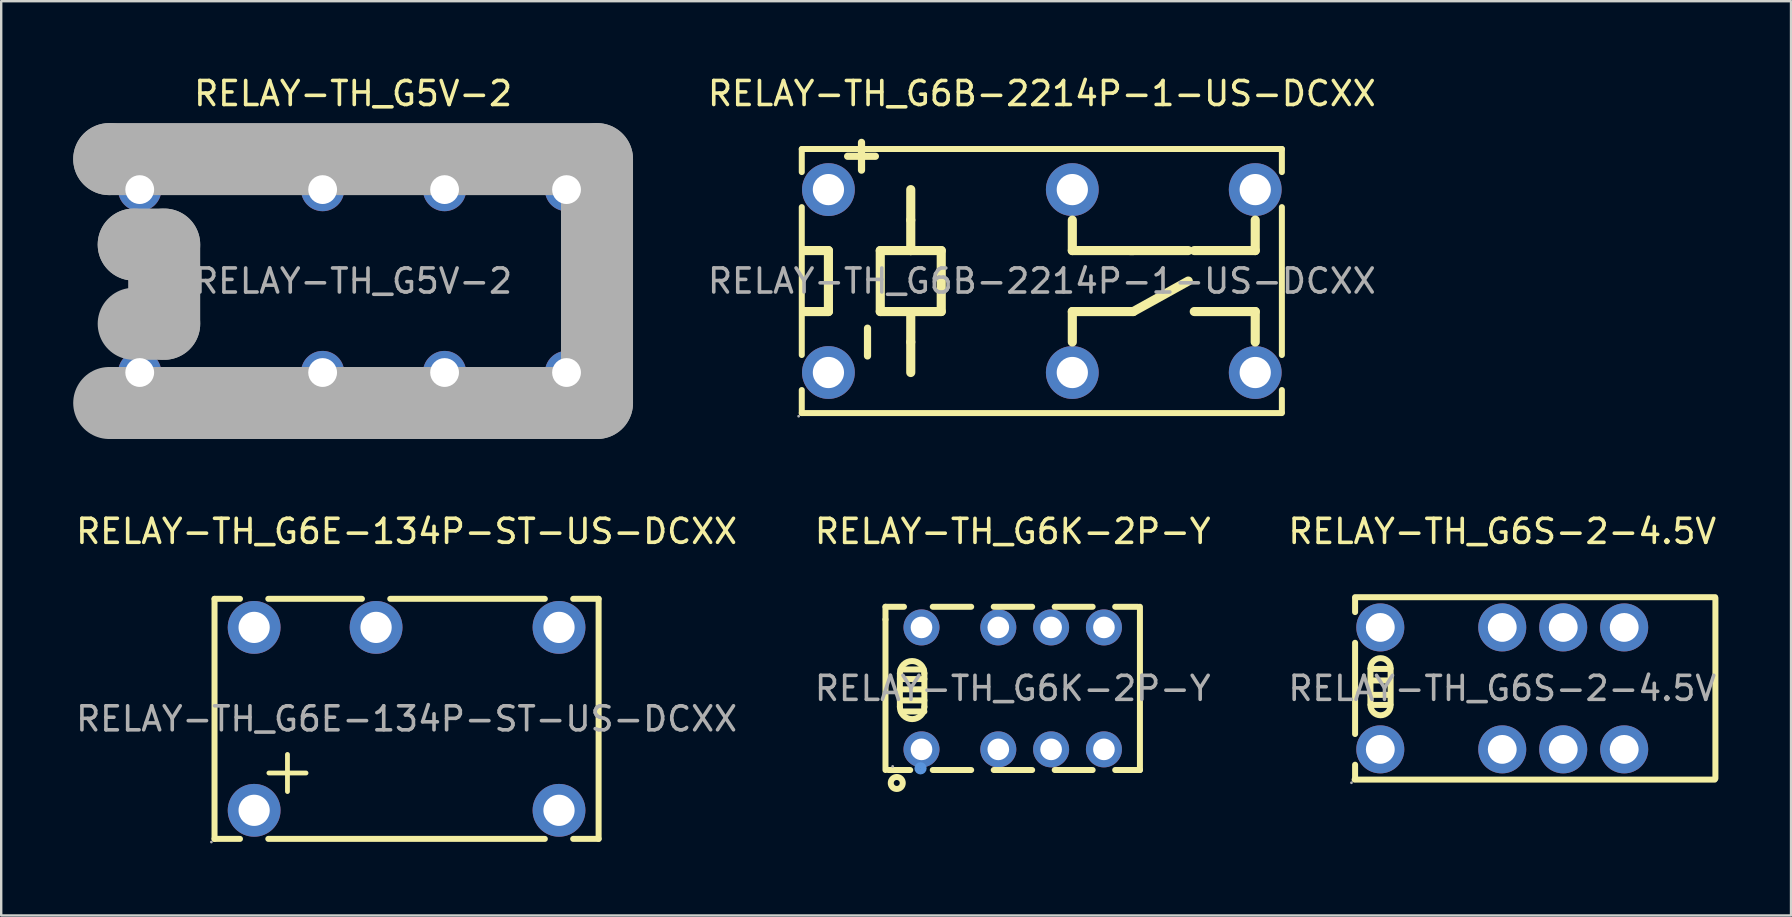
<source format=kicad_pcb>
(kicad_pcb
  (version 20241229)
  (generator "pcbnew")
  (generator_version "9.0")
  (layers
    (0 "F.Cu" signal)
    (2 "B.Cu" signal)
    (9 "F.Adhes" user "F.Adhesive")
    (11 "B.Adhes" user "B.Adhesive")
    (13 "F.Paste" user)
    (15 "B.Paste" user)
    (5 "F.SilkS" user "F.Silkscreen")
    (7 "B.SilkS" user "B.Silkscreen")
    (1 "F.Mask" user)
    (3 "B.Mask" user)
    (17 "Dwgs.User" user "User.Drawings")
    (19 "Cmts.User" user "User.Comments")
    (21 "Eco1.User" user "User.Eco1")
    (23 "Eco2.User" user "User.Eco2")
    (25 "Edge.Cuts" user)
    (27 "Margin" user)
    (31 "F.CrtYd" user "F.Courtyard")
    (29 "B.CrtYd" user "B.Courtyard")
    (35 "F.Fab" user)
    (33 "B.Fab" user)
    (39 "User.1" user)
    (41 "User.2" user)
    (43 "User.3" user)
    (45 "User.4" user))
  (footprint "RELAY-TH_G6K-2P-Y"
    (layer "F.Cu")
    (at 39.137 25.627)
    (property "Reference" "RELAY-TH_G6K-2P-Y" (at 0 -6.54 0) (layer "F.SilkS") (effects (font (size 1 1) (thickness 0.15))))
    (attr through_hole)
    (fp_line (start -5.3 -3.4) (end -5.3 -2.87) (stroke (width 0.25) (type solid)) (layer "F.SilkS"))
    (fp_line (start -5.3 -3.4) (end -4.53 -3.4) (stroke (width 0.25) (type solid)) (layer "F.SilkS"))
    (fp_line (start -5.3 -2.87) (end -5.3 3.4) (stroke (width 0.25) (type solid)) (layer "F.SilkS"))
    (fp_line (start -5.18 3.4) (end -4.27 3.4) (stroke (width 0.25) (type solid)) (layer "F.SilkS"))
    (fp_line (start -4.7 -0.63) (end -4.7 0.77) (stroke (width 0.25) (type solid)) (layer "F.SilkS"))
    (fp_line (start -4.7 -0.39) (end -3.68 -0.39) (stroke (width 0.25) (type solid)) (layer "F.SilkS"))
    (fp_line (start -4.7 0.04) (end -3.68 0.04) (stroke (width 0.25) (type solid)) (layer "F.SilkS"))
    (fp_line (start -4.7 0.5) (end -3.68 0.5) (stroke (width 0.25) (type solid)) (layer "F.SilkS"))
    (fp_line (start -4.67 -0.79) (end -3.71 -0.79) (stroke (width 0.25) (type solid)) (layer "F.SilkS"))
    (fp_line (start -4.66 0.96) (end -3.68 0.96) (stroke (width 0.25) (type solid)) (layer "F.SilkS"))
    (fp_line (start -3.68 -0.63) (end -3.68 0.77) (stroke (width 0.25) (type solid)) (layer "F.SilkS"))
    (fp_line (start -3.33 -3.4) (end -1.73 -3.4) (stroke (width 0.25) (type solid)) (layer "F.SilkS"))
    (fp_line (start -3.33 3.4) (end -1.73 3.4) (stroke (width 0.25) (type solid)) (layer "F.SilkS"))
    (fp_line (start -0.79 -3.4) (end 0.81 -3.4) (stroke (width 0.25) (type solid)) (layer "F.SilkS"))
    (fp_line (start -0.79 3.4) (end 0.81 3.4) (stroke (width 0.25) (type solid)) (layer "F.SilkS"))
    (fp_line (start 1.75 -3.4) (end 3.33 -3.4) (stroke (width 0.25) (type solid)) (layer "F.SilkS"))
    (fp_line (start 1.75 3.4) (end 3.33 3.4) (stroke (width 0.25) (type solid)) (layer "F.SilkS"))
    (fp_line (start 4.27 -3.4) (end 5.21 -3.4) (stroke (width 0.25) (type solid)) (layer "F.SilkS"))
    (fp_line (start 4.27 3.4) (end 5.3 3.4) (stroke (width 0.25) (type solid)) (layer "F.SilkS"))
    (fp_line (start 5.3 -3.4) (end 5.3 3.4) (stroke (width 0.25) (type solid)) (layer "F.SilkS"))
    (fp_arc (start -4.7 -0.63) (mid -4.19 -1.14) (end -3.68 -0.63) (stroke (width 0.25) (type solid)) (layer "F.SilkS"))
    (fp_arc (start -3.68 0.77) (mid -4.19 1.28) (end -4.7 0.77) (stroke (width 0.25) (type solid)) (layer "F.SilkS"))
    (fp_circle (center -4.83 3.94) (end -4.58 3.94) (stroke (width 0.25) (type solid)) (fill no) (layer "F.SilkS"))
    (fp_circle (center -3.84 3.33) (end -3.71 3.33) (stroke (width 0.25) (type solid)) (fill no) (layer "Cmts.User"))
    (fp_circle (center -5 3.25) (end -4.97 3.25) (stroke (width 0.06) (type solid)) (fill no) (layer "F.Fab"))
    (fp_circle (center -3.8 -2.54) (end -3.68 -2.54) (stroke (width 0.25) (type solid)) (fill no) (layer "F.Fab"))
    (fp_circle (center -3.8 2.54) (end -3.68 2.54) (stroke (width 0.25) (type solid)) (fill no) (layer "F.Fab"))
    (fp_circle (center -0.6 -2.54) (end -0.48 -2.54) (stroke (width 0.25) (type solid)) (fill no) (layer "F.Fab"))
    (fp_circle (center -0.6 2.54) (end -0.48 2.54) (stroke (width 0.25) (type solid)) (fill no) (layer "F.Fab"))
    (fp_circle (center 1.6 -2.54) (end 1.72 -2.54) (stroke (width 0.25) (type solid)) (fill no) (layer "F.Fab"))
    (fp_circle (center 1.6 2.54) (end 1.72 2.54) (stroke (width 0.25) (type solid)) (fill no) (layer "F.Fab"))
    (fp_circle (center 3.8 -2.54) (end 3.92 -2.54) (stroke (width 0.25) (type solid)) (fill no) (layer "F.Fab"))
    (fp_circle (center 3.8 2.54) (end 3.92 2.54) (stroke (width 0.25) (type solid)) (fill no) (layer "F.Fab"))
    (fp_text user "${REFERENCE}" (at 0 0 0) (layer "F.Fab") (effects (font (size 1 1) (thickness 0.15))))
    (pad "1" thru_hole circle (at -3.8 2.54) (size 1.5 1.5) (drill 0.9) (layers "*.Cu" "*.Paste" "*.Mask"))
    (pad "2" thru_hole circle (at -0.6 2.54) (size 1.5 1.5) (drill 0.9) (layers "*.Cu" "*.Paste" "*.Mask"))
    (pad "3" thru_hole circle (at 1.6 2.54) (size 1.5 1.5) (drill 0.9) (layers "*.Cu" "*.Paste" "*.Mask"))
    (pad "4" thru_hole circle (at 3.8 2.54) (size 1.5 1.5) (drill 0.9) (layers "*.Cu" "*.Paste" "*.Mask"))
    (pad "5" thru_hole circle (at 3.8 -2.54) (size 1.5 1.5) (drill 0.9) (layers "*.Cu" "*.Paste" "*.Mask"))
    (pad "6" thru_hole circle (at 1.6 -2.54) (size 1.5 1.5) (drill 0.9) (layers "*.Cu" "*.Paste" "*.Mask"))
    (pad "7" thru_hole circle (at -0.6 -2.54) (size 1.5 1.5) (drill 0.9) (layers "*.Cu" "*.Paste" "*.Mask"))
    (pad "8" thru_hole circle (at -3.8 -2.54) (size 1.5 1.5) (drill 0.9) (layers "*.Cu" "*.Paste" "*.Mask")))
  (footprint "RELAY-TH_G6B-2214P-1-US-DCXX"
    (layer "F.Cu")
    (at 40.35 8.658)
    (property "Reference" "RELAY-TH_G6B-2214P-1-US-DCXX" (at 0 -7.81 0) (layer "F.SilkS") (effects (font (size 1 1) (thickness 0.15))))
    (attr through_hole)
    (fp_line (start -10 -5.5) (end -10 -4.54) (stroke (width 0.25) (type solid)) (layer "F.SilkS"))
    (fp_line (start -10 -5.5) (end 10 -5.5) (stroke (width 0.25) (type solid)) (layer "F.SilkS"))
    (fp_line (start -10 -3.08) (end -10 3.08) (stroke (width 0.25) (type solid)) (layer "F.SilkS"))
    (fp_line (start -10 4.54) (end -10 5.5) (stroke (width 0.25) (type solid)) (layer "F.SilkS"))
    (fp_line (start -9.91 -1.27) (end -8.89 -1.27) (stroke (width 0.38) (type solid)) (layer "F.SilkS"))
    (fp_line (start -8.89 -1.27) (end -8.89 1.27) (stroke (width 0.38) (type solid)) (layer "F.SilkS"))
    (fp_line (start -8.89 1.27) (end -9.91 1.27) (stroke (width 0.38) (type solid)) (layer "F.SilkS"))
    (fp_line (start -6.73 -1.27) (end -6.73 1.27) (stroke (width 0.38) (type solid)) (layer "F.SilkS"))
    (fp_line (start -6.73 1.27) (end -5.46 1.27) (stroke (width 0.38) (type solid)) (layer "F.SilkS"))
    (fp_line (start -5.46 -2.54) (end -5.46 -3.81) (stroke (width 0.38) (type solid)) (layer "F.SilkS"))
    (fp_line (start -5.46 -2.54) (end -5.46 -1.27) (stroke (width 0.38) (type solid)) (layer "F.SilkS"))
    (fp_line (start -5.46 -1.27) (end -6.73 -1.27) (stroke (width 0.38) (type solid)) (layer "F.SilkS"))
    (fp_line (start -5.46 -1.27) (end -4.19 -1.27) (stroke (width 0.38) (type solid)) (layer "F.SilkS"))
    (fp_line (start -5.46 1.27) (end -5.46 2.54) (stroke (width 0.38) (type solid)) (layer "F.SilkS"))
    (fp_line (start -5.46 2.54) (end -5.46 3.81) (stroke (width 0.38) (type solid)) (layer "F.SilkS"))
    (fp_line (start -4.19 -1.27) (end -4.19 1.27) (stroke (width 0.38) (type solid)) (layer "F.SilkS"))
    (fp_line (start -4.19 1.27) (end -5.46 1.27) (stroke (width 0.38) (type solid)) (layer "F.SilkS"))
    (fp_line (start 1.27 -2.54) (end 1.27 -1.27) (stroke (width 0.38) (type solid)) (layer "F.SilkS"))
    (fp_line (start 1.27 -1.27) (end 3.81 -1.27) (stroke (width 0.38) (type solid)) (layer "F.SilkS"))
    (fp_line (start 1.27 1.27) (end 1.27 2.54) (stroke (width 0.38) (type solid)) (layer "F.SilkS"))
    (fp_line (start 1.27 1.27) (end 3.81 1.27) (stroke (width 0.38) (type solid)) (layer "F.SilkS"))
    (fp_line (start 3.68 -1.27) (end 6.1 -1.27) (stroke (width 0.38) (type solid)) (layer "F.SilkS"))
    (fp_line (start 3.81 1.27) (end 6.1 0) (stroke (width 0.38) (type solid)) (layer "F.SilkS"))
    (fp_line (start 8.89 -2.54) (end 8.89 -1.27) (stroke (width 0.38) (type solid)) (layer "F.SilkS"))
    (fp_line (start 8.89 -1.27) (end 6.35 -1.27) (stroke (width 0.38) (type solid)) (layer "F.SilkS"))
    (fp_line (start 8.89 1.27) (end 6.35 1.27) (stroke (width 0.38) (type solid)) (layer "F.SilkS"))
    (fp_line (start 8.89 2.54) (end 8.89 1.27) (stroke (width 0.38) (type solid)) (layer "F.SilkS"))
    (fp_line (start 10 -5.5) (end 10 -4.54) (stroke (width 0.25) (type solid)) (layer "F.SilkS"))
    (fp_line (start 10 -3.08) (end 10 3.08) (stroke (width 0.25) (type solid)) (layer "F.SilkS"))
    (fp_line (start 10 4.54) (end 10 5.46) (stroke (width 0.25) (type solid)) (layer "F.SilkS"))
    (fp_line (start 10 5.5) (end -10 5.5) (stroke (width 0.25) (type solid)) (layer "F.SilkS"))
    (fp_circle (center -10.13 5.63) (end -10.1 5.63) (stroke (width 0.06) (type solid)) (fill no) (layer "F.Fab"))
    (fp_circle (center -8.89 -3.81) (end -8.61 -3.81) (stroke (width 0.55) (type solid)) (fill no) (layer "F.Fab"))
    (fp_circle (center -8.89 3.81) (end -8.61 3.81) (stroke (width 0.55) (type solid)) (fill no) (layer "F.Fab"))
    (fp_circle (center 1.27 -3.81) (end 1.55 -3.81) (stroke (width 0.55) (type solid)) (fill no) (layer "F.Fab"))
    (fp_circle (center 1.27 3.81) (end 1.55 3.81) (stroke (width 0.55) (type solid)) (fill no) (layer "F.Fab"))
    (fp_circle (center 8.89 -3.81) (end 9.17 -3.81) (stroke (width 0.55) (type solid)) (fill no) (layer "F.Fab"))
    (fp_circle (center 8.89 3.81) (end 9.17 3.81) (stroke (width 0.55) (type solid)) (fill no) (layer "F.Fab"))
    (fp_text user "+" (at -7.62 -4.06 270) (layer "F.SilkS") (effects (font (size 1.52 1.52) (thickness 0.3)) (justify left)))
    (fp_text user "-" (at -7.37 3.68 270) (layer "F.SilkS") (effects (font (size 1.52 1.52) (thickness 0.3)) (justify left)))
    (fp_text user "${REFERENCE}" (at 0 0 0) (layer "F.Fab") (effects (font (size 1 1) (thickness 0.15))))
    (pad "1" thru_hole circle (at -8.89 3.81 270) (size 2.2 2.2) (drill 1.3) (layers "*.Cu" "*.Paste" "*.Mask"))
    (pad "3" thru_hole circle (at 1.27 3.81 270) (size 2.2 2.2) (drill 1.3) (layers "*.Cu" "*.Paste" "*.Mask"))
    (pad "4" thru_hole circle (at 8.89 3.81 270) (size 2.2 2.2) (drill 1.3) (layers "*.Cu" "*.Paste" "*.Mask"))
    (pad "5" thru_hole circle (at 8.89 -3.81 270) (size 2.2 2.2) (drill 1.3) (layers "*.Cu" "*.Paste" "*.Mask"))
    (pad "6" thru_hole circle (at 1.27 -3.81 270) (size 2.2 2.2) (drill 1.3) (layers "*.Cu" "*.Paste" "*.Mask"))
    (pad "8" thru_hole circle (at -8.89 -3.81 270) (size 2.2 2.2) (drill 1.3) (layers "*.Cu" "*.Paste" "*.Mask")))
  (footprint "RELAY-TH_G6S-2-4.5V"
    (layer "F.Cu")
    (at 59.53 25.627)
    (property "Reference" "RELAY-TH_G6S-2-4.5V" (at 0 -6.54 0) (layer "F.SilkS") (effects (font (size 1 1) (thickness 0.15))))
    (attr through_hole)
    (fp_line (start -6.15 3.8) (end 8.85 3.8) (stroke (width 0.25) (type solid)) (layer "F.SilkS"))
    (fp_line (start -6.13 -3.8) (end 8.87 -3.8) (stroke (width 0.25) (type solid)) (layer "F.SilkS"))
    (fp_line (start -6.13 -3.75) (end -6.13 -3.18) (stroke (width 0.25) (type solid)) (layer "F.SilkS"))
    (fp_line (start -6.13 -1.9) (end -6.13 1.9) (stroke (width 0.25) (type solid)) (layer "F.SilkS"))
    (fp_line (start -6.13 3.18) (end -6.13 3.78) (stroke (width 0.25) (type solid)) (layer "F.SilkS"))
    (fp_line (start -5.49 -0.81) (end -5.49 0.66) (stroke (width 0.25) (type solid)) (layer "F.SilkS"))
    (fp_line (start -5.49 0.27) (end -4.71 0.27) (stroke (width 0.25) (type solid)) (layer "F.SilkS"))
    (fp_line (start -5.46 -0.81) (end -4.71 -0.81) (stroke (width 0.25) (type solid)) (layer "F.SilkS"))
    (fp_line (start -5.46 -0.33) (end -4.68 -0.33) (stroke (width 0.25) (type solid)) (layer "F.SilkS"))
    (fp_line (start -5.46 0.69) (end -4.68 0.69) (stroke (width 0.25) (type solid)) (layer "F.SilkS"))
    (fp_line (start -5.46 0.72) (end -5.46 0.69) (stroke (width 0.25) (type solid)) (layer "F.SilkS"))
    (fp_line (start -4.71 0.27) (end -4.68 0.24) (stroke (width 0.25) (type solid)) (layer "F.SilkS"))
    (fp_line (start -4.65 -0.81) (end -4.65 0.66) (stroke (width 0.25) (type solid)) (layer "F.SilkS"))
    (fp_line (start 8.88 -3.75) (end 8.88 3.75) (stroke (width 0.25) (type solid)) (layer "F.SilkS"))
    (fp_arc (start -5.49 -0.84) (mid -5.07 -1.26) (end -4.65 -0.84) (stroke (width 0.25) (type solid)) (layer "F.SilkS"))
    (fp_arc (start -4.65 0.7) (mid -5.07 1.12) (end -5.49 0.7) (stroke (width 0.25) (type solid)) (layer "F.SilkS"))
    (fp_circle (center -6.28 3.93) (end -6.25 3.93) (stroke (width 0.06) (type solid)) (fill no) (layer "F.Fab"))
    (fp_circle (center -5.08 -2.54) (end -4.83 -2.54) (stroke (width 0.5) (type solid)) (fill no) (layer "F.Fab"))
    (fp_circle (center -5.08 2.54) (end -4.83 2.54) (stroke (width 0.5) (type solid)) (fill no) (layer "F.Fab"))
    (fp_circle (center 0 -2.54) (end 0.25 -2.54) (stroke (width 0.5) (type solid)) (fill no) (layer "F.Fab"))
    (fp_circle (center 0 2.54) (end 0.25 2.54) (stroke (width 0.5) (type solid)) (fill no) (layer "F.Fab"))
    (fp_circle (center 2.54 -2.54) (end 2.79 -2.54) (stroke (width 0.5) (type solid)) (fill no) (layer "F.Fab"))
    (fp_circle (center 2.54 2.54) (end 2.79 2.54) (stroke (width 0.5) (type solid)) (fill no) (layer "F.Fab"))
    (fp_circle (center 5.08 -2.54) (end 5.33 -2.54) (stroke (width 0.5) (type solid)) (fill no) (layer "F.Fab"))
    (fp_circle (center 5.08 2.54) (end 5.33 2.54) (stroke (width 0.5) (type solid)) (fill no) (layer "F.Fab"))
    (fp_text user "${REFERENCE}" (at 0 0 0) (layer "F.Fab") (effects (font (size 1 1) (thickness 0.15))))
    (pad "1" thru_hole circle (at -5.08 2.54) (size 2 2) (drill 1.2) (layers "*.Cu" "*.Paste" "*.Mask"))
    (pad "3" thru_hole circle (at 0 2.54) (size 2 2) (drill 1.2) (layers "*.Cu" "*.Paste" "*.Mask"))
    (pad "4" thru_hole circle (at 2.54 2.54) (size 2 2) (drill 1.2) (layers "*.Cu" "*.Paste" "*.Mask"))
    (pad "5" thru_hole circle (at 5.08 2.54) (size 2 2) (drill 1.2) (layers "*.Cu" "*.Paste" "*.Mask"))
    (pad "8" thru_hole circle (at 5.08 -2.54) (size 2 2) (drill 1.2) (layers "*.Cu" "*.Paste" "*.Mask"))
    (pad "9" thru_hole circle (at 2.54 -2.54) (size 2 2) (drill 1.2) (layers "*.Cu" "*.Paste" "*.Mask"))
    (pad "10" thru_hole circle (at 0 -2.54) (size 2 2) (drill 1.2) (layers "*.Cu" "*.Paste" "*.Mask"))
    (pad "12" thru_hole circle (at -5.08 -2.54) (size 2 2) (drill 1.2) (layers "*.Cu" "*.Paste" "*.Mask")))
  (footprint "RELAY-TH_G6E-134P-ST-US-DCXX"
    (layer "F.Cu")
    (at 13.887 26.896)
    (property "Reference" "RELAY-TH_G6E-134P-ST-US-DCXX" (at 0 -7.81 0) (layer "F.SilkS") (effects (font (size 1 1) (thickness 0.15))))
    (attr through_hole)
    (fp_line (start -8 -5) (end -8 5) (stroke (width 0.25) (type solid)) (layer "F.SilkS"))
    (fp_line (start -8 -5) (end -6.94 -5) (stroke (width 0.25) (type solid)) (layer "F.SilkS"))
    (fp_line (start -8 5) (end -6.94 5) (stroke (width 0.25) (type solid)) (layer "F.SilkS"))
    (fp_line (start -5.76 -5) (end -1.86 -5) (stroke (width 0.25) (type solid)) (layer "F.SilkS"))
    (fp_line (start -5.76 5) (end 5.76 5) (stroke (width 0.25) (type solid)) (layer "F.SilkS"))
    (fp_line (start -0.68 -5) (end 5.76 -5) (stroke (width 0.25) (type solid)) (layer "F.SilkS"))
    (fp_line (start 6.94 -5) (end 8 -5) (stroke (width 0.25) (type solid)) (layer "F.SilkS"))
    (fp_line (start 6.94 5) (end 8 5) (stroke (width 0.25) (type solid)) (layer "F.SilkS"))
    (fp_line (start 8 -5) (end 8 5) (stroke (width 0.25) (type solid)) (layer "F.SilkS"))
    (fp_circle (center -8.13 5.13) (end -8.1 5.13) (stroke (width 0.06) (type solid)) (fill no) (layer "F.Fab"))
    (fp_circle (center -6.35 -3.81) (end -6.07 -3.81) (stroke (width 0.55) (type solid)) (fill no) (layer "F.Fab"))
    (fp_circle (center -6.35 3.81) (end -6.07 3.81) (stroke (width 0.55) (type solid)) (fill no) (layer "F.Fab"))
    (fp_circle (center -1.27 -3.81) (end -0.99 -3.81) (stroke (width 0.55) (type solid)) (fill no) (layer "F.Fab"))
    (fp_circle (center 6.35 -3.81) (end 6.63 -3.81) (stroke (width 0.55) (type solid)) (fill no) (layer "F.Fab"))
    (fp_circle (center 6.35 3.81) (end 6.63 3.81) (stroke (width 0.55) (type solid)) (fill no) (layer "F.Fab"))
    (fp_text user "+" (at -6.35 2.1 0) (layer "F.SilkS") (effects (font (size 2.03 2.03) (thickness 0.2)) (justify left)))
    (fp_text user "${REFERENCE}" (at 0 0 0) (layer "F.Fab") (effects (font (size 1 1) (thickness 0.15))))
    (pad "1" thru_hole circle (at -6.35 3.81 180) (size 2.2 2.2) (drill 1.3) (layers "*.Cu" "*.Paste" "*.Mask"))
    (pad "6" thru_hole circle (at 6.35 3.81 180) (size 2.2 2.2) (drill 1.3) (layers "*.Cu" "*.Paste" "*.Mask"))
    (pad "7" thru_hole circle (at 6.35 -3.81 180) (size 2.2 2.2) (drill 1.3) (layers "*.Cu" "*.Paste" "*.Mask"))
    (pad "10" thru_hole circle (at -1.27 -3.81 180) (size 2.2 2.2) (drill 1.3) (layers "*.Cu" "*.Paste" "*.Mask"))
    (pad "12" thru_hole circle (at -6.35 -3.81 180) (size 2.2 2.2) (drill 1.3) (layers "*.Cu" "*.Paste" "*.Mask")))
  (footprint "RELAY-TH_G5V-2"
    (layer "F.Cu")
    (at 11.66 8.658)
    (property "Reference" "RELAY-TH_G5V-2" (at 0 -7.81 0) (layer "F.SilkS") (effects (font (size 1 1) (thickness 0.15))))
    (attr through_hole)
    (fp_line (start -10.16 -5.08) (end -10.16 -5.08) (stroke (width 3) (type solid)) (layer "F.Fab"))
    (fp_line (start -10.16 -5.08) (end 10.16 -5.08) (stroke (width 3) (type solid)) (layer "F.Fab"))
    (fp_line (start -9.14 -1.52) (end -9.14 -1.52) (stroke (width 3) (type solid)) (layer "F.Fab"))
    (fp_line (start -9.14 -1.52) (end -7.87 -1.52) (stroke (width 3) (type solid)) (layer "F.Fab"))
    (fp_line (start -7.87 -1.52) (end -7.87 1.78) (stroke (width 3) (type solid)) (layer "F.Fab"))
    (fp_line (start -7.87 1.78) (end -9.14 1.78) (stroke (width 3) (type solid)) (layer "F.Fab"))
    (fp_line (start 10.16 -5.08) (end 10.16 5.08) (stroke (width 3) (type solid)) (layer "F.Fab"))
    (fp_line (start 10.16 5.08) (end -10.16 5.08) (stroke (width 3) (type solid)) (layer "F.Fab"))
    (fp_circle (center -10.29 5.21) (end -10.26 5.21) (stroke (width 0.06) (type solid)) (fill no) (layer "F.Fab"))
    (fp_circle (center -8.89 -3.81) (end -8.64 -3.81) (stroke (width 0.5) (type solid)) (fill no) (layer "F.Fab"))
    (fp_circle (center -8.89 3.81) (end -8.64 3.81) (stroke (width 0.5) (type solid)) (fill no) (layer "F.Fab"))
    (fp_circle (center -1.27 -3.81) (end -1.02 -3.81) (stroke (width 0.5) (type solid)) (fill no) (layer "F.Fab"))
    (fp_circle (center -1.27 3.81) (end -1.02 3.81) (stroke (width 0.5) (type solid)) (fill no) (layer "F.Fab"))
    (fp_circle (center 3.81 -3.81) (end 4.06 -3.81) (stroke (width 0.5) (type solid)) (fill no) (layer "F.Fab"))
    (fp_circle (center 3.81 3.81) (end 4.06 3.81) (stroke (width 0.5) (type solid)) (fill no) (layer "F.Fab"))
    (fp_circle (center 8.89 -3.81) (end 9.14 -3.81) (stroke (width 0.5) (type solid)) (fill no) (layer "F.Fab"))
    (fp_circle (center 8.89 3.81) (end 9.14 3.81) (stroke (width 0.5) (type solid)) (fill no) (layer "F.Fab"))
    (fp_text user "${REFERENCE}" (at 0 0 0) (layer "F.Fab") (effects (font (size 1 1) (thickness 0.15))))
    (pad "1" thru_hole circle (at -8.89 3.81) (size 1.8 1.8) (drill 1.2) (layers "*.Cu" "*.Paste" "*.Mask"))
    (pad "4" thru_hole circle (at -1.27 3.81) (size 1.8 1.8) (drill 1.2) (layers "*.Cu" "*.Paste" "*.Mask"))
    (pad "6" thru_hole circle (at 3.81 3.81) (size 1.8 1.8) (drill 1.2) (layers "*.Cu" "*.Paste" "*.Mask"))
    (pad "8" thru_hole circle (at 8.89 3.81) (size 1.8 1.8) (drill 1.2) (layers "*.Cu" "*.Paste" "*.Mask"))
    (pad "9" thru_hole circle (at 8.89 -3.81) (size 1.8 1.8) (drill 1.2) (layers "*.Cu" "*.Paste" "*.Mask"))
    (pad "11" thru_hole circle (at 3.81 -3.81) (size 1.8 1.8) (drill 1.2) (layers "*.Cu" "*.Paste" "*.Mask"))
    (pad "13" thru_hole circle (at -1.27 -3.81) (size 1.8 1.8) (drill 1.2) (layers "*.Cu" "*.Paste" "*.Mask"))
    (pad "16" thru_hole circle (at -8.89 -3.81) (size 1.8 1.8) (drill 1.2) (layers "*.Cu" "*.Paste" "*.Mask")))
  (gr_rect
    (start -3 -3)
    (end 71.56 35.087)
    (stroke (width 0.1) (type default))
    (fill no)
    (layer "Edge.Cuts")))
</source>
